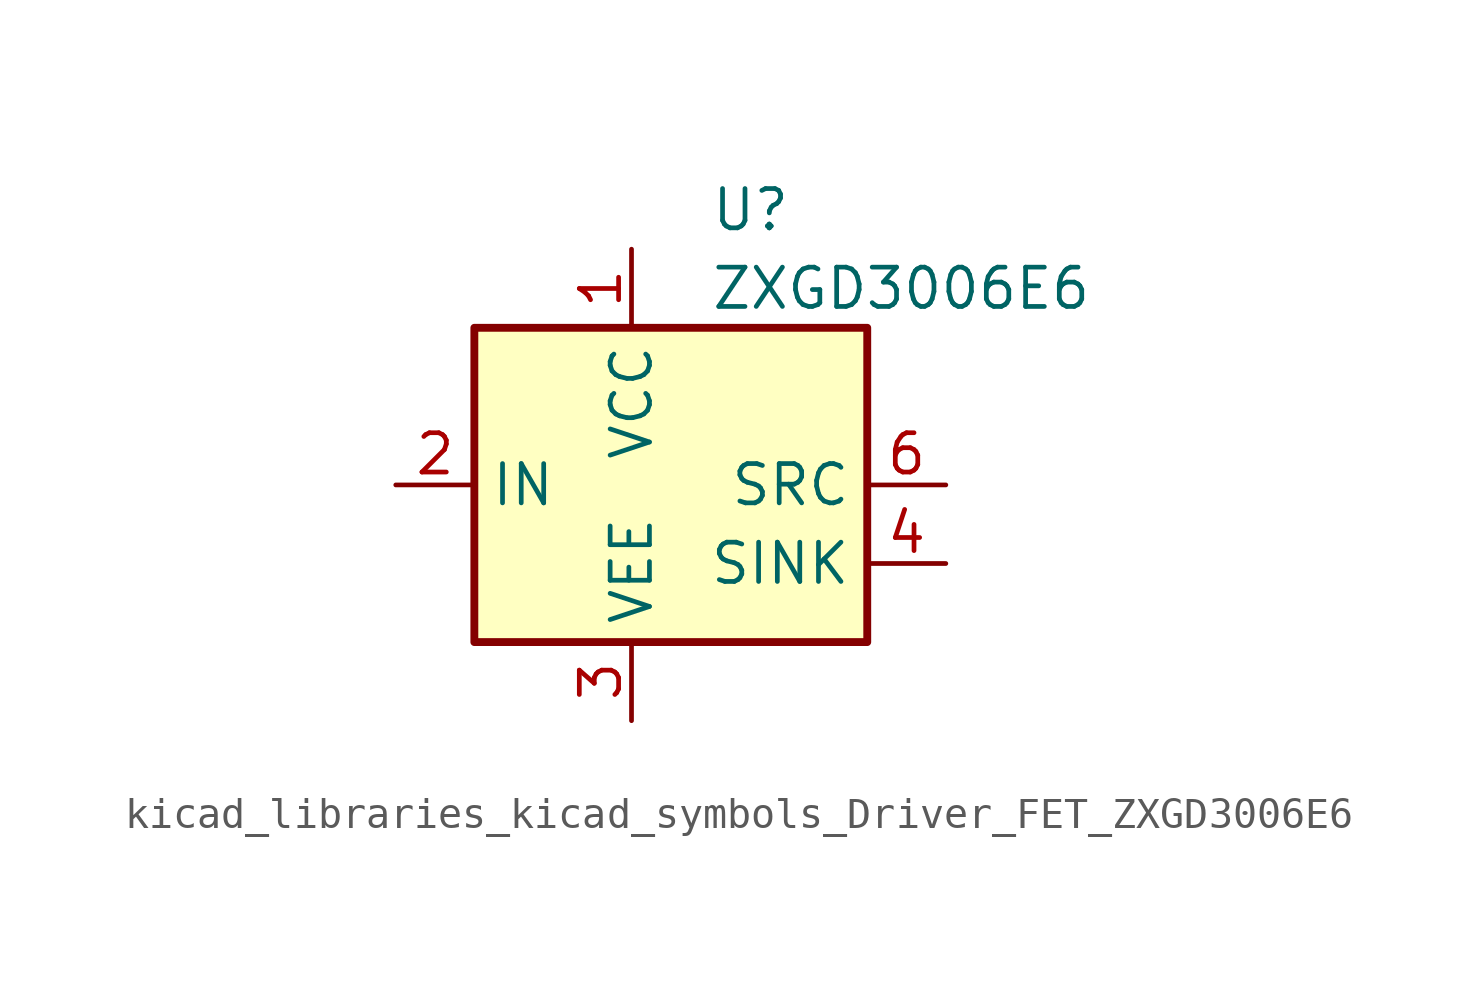
<source format=kicad_sym>
(kicad_symbol_lib
  (version 20220914)
  (generator kicad_symbol_editor)
  (symbol "kicad_libraries_kicad_symbols_Driver_FET_ZXGD3006E6"
    (property "Reference" "U"
      (at 2.54 8.89 0)
      (effects (font (size 1.27 1.27)) (justify left)))
    (property "Value" "ZXGD3006E6"
      (at 2.54 6.35 0)
      (effects (font (size 1.27 1.27)) (justify left)))
    (symbol "kicad_libraries_kicad_symbols_Driver_FET_ZXGD3006E6_0_1"
      (rectangle (start -5.08 5.08) (end 7.62 -5.08) (stroke (width 0.254) (type default)) (fill (type background))))
    (symbol "kicad_libraries_kicad_symbols_Driver_FET_ZXGD3006E6_1_1"
      (pin power_in line (at 0 7.62 270) (length 2.54) (name "VCC" (effects (font (size 1.27 1.27)))) (number "1" (effects (font (size 1.27 1.27)))))
      (pin input line (at -7.62 0 0) (length 2.54) (name "IN" (effects (font (size 1.27 1.27)))) (number "2" (effects (font (size 1.27 1.27)))))
      (pin power_in line (at 0 -7.62 90) (length 2.54) (name "VEE" (effects (font (size 1.27 1.27)))) (number "3" (effects (font (size 1.27 1.27)))))
      (pin open_collector line (at 10.16 -2.54 180) (length 2.54) (name "SINK" (effects (font (size 1.27 1.27)))) (number "4" (effects (font (size 1.27 1.27)))))
      (pin no_connect line (at 7.62 2.54 180) (length 2.54) hide (name "NC" (effects (font (size 1.27 1.27)))) (number "5" (effects (font (size 1.27 1.27)))))
      (pin open_emitter line (at 10.16 0 180) (length 2.54) (name "SRC" (effects (font (size 1.27 1.27)))) (number "6" (effects (font (size 1.27 1.27))))))))
</source>
